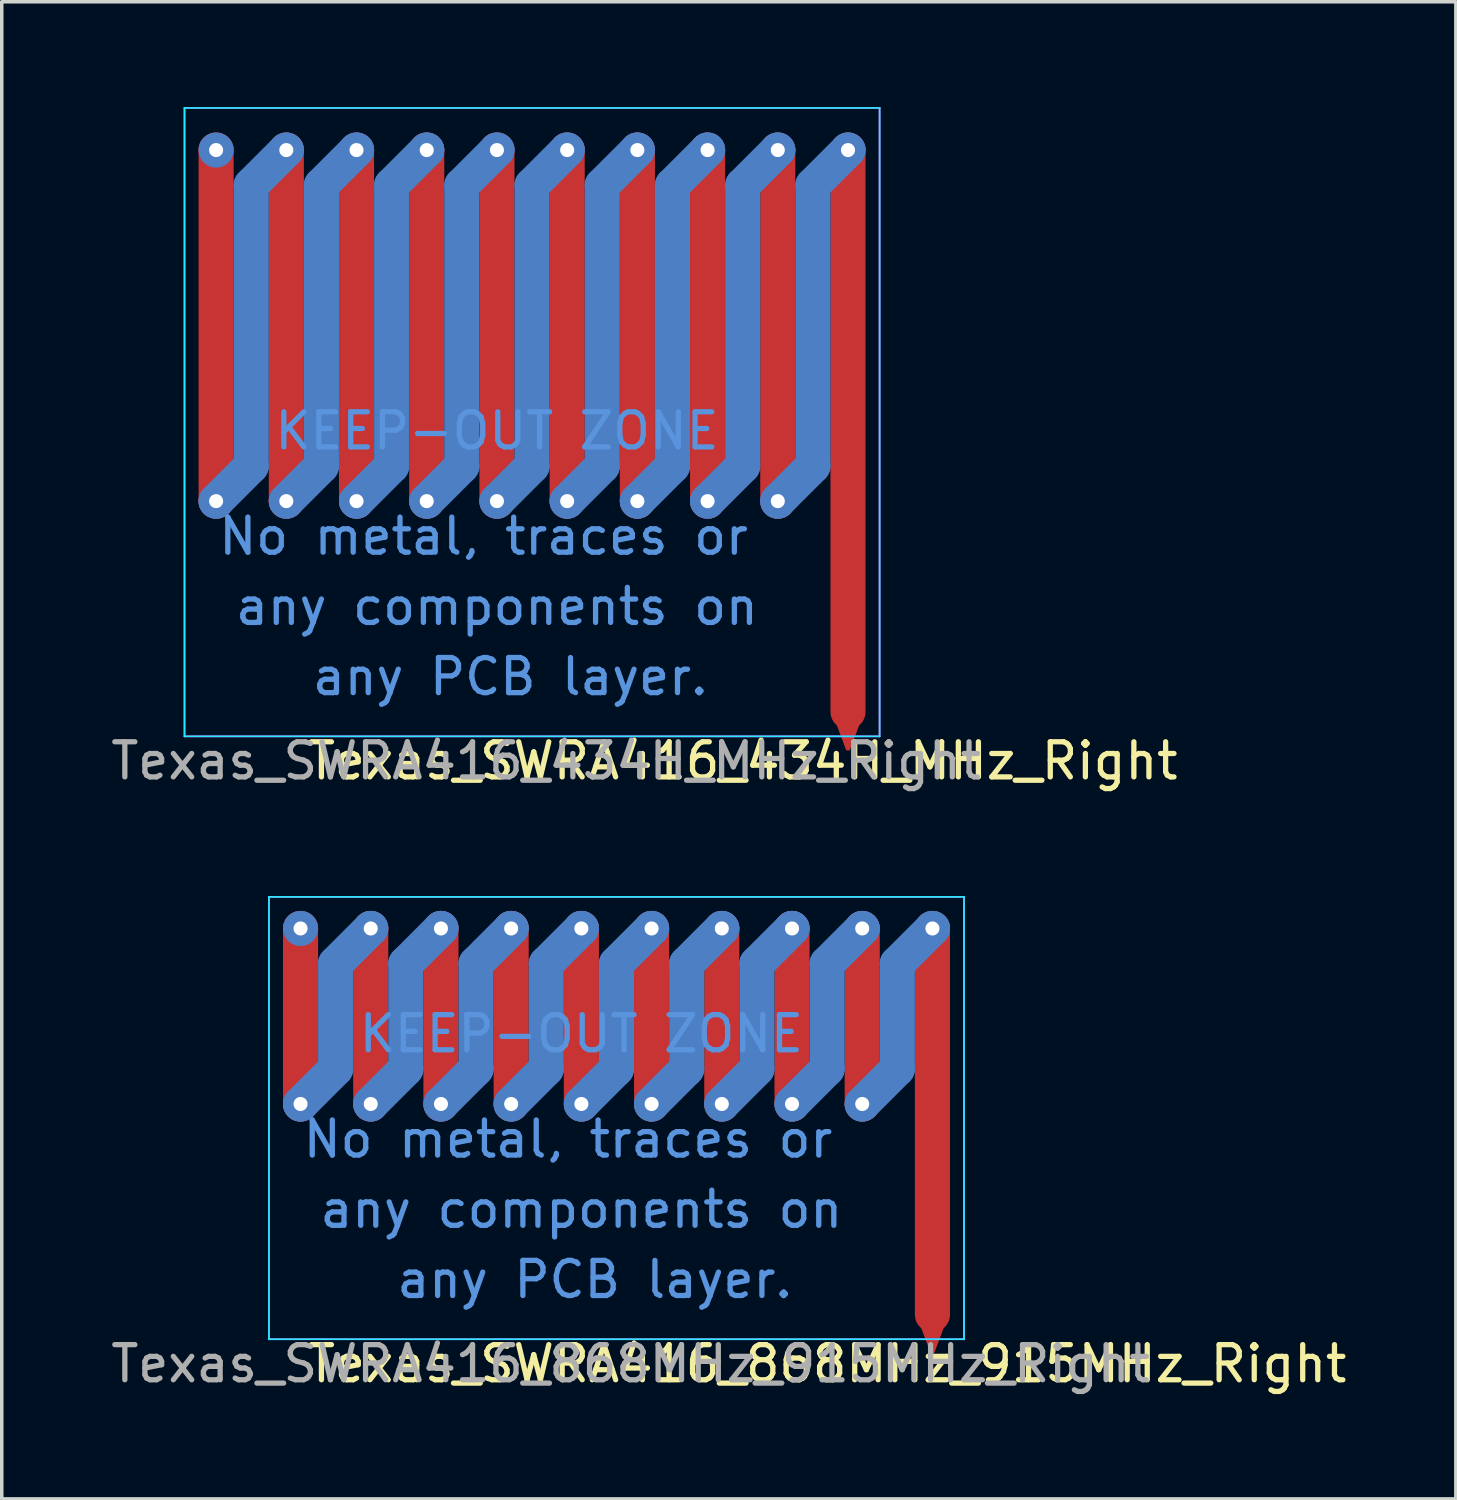
<source format=kicad_pcb>
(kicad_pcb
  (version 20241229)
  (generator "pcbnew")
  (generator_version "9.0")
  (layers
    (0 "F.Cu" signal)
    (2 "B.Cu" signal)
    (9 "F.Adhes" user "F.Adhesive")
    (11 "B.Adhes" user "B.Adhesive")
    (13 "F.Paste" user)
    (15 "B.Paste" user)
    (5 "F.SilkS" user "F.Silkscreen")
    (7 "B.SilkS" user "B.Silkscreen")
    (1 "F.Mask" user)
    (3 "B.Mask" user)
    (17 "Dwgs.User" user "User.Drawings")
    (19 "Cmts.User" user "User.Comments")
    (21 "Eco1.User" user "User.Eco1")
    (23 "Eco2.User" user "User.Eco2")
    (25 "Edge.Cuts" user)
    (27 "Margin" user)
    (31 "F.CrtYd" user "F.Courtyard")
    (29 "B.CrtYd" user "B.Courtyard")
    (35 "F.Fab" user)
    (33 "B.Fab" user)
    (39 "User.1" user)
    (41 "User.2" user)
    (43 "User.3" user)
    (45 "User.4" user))
  (footprint "Texas_SWRA416_434H_MHz_Right"
    (layer "F.Cu")
    (at 12.106 12.025)
    (property "Reference" "Texas_SWRA416_434H_MHz_Right" (at 6 6.6 0) (layer "F.SilkS") (effects (font (size 1 1) (thickness 0.15))))
    (attr smd)
    (fp_line (start -9 -10.8) (end -9 -0.8) (stroke (width 1) (type solid)) (layer "F.Cu"))
    (fp_line (start -7 -10.8) (end -7 -0.8) (stroke (width 1) (type solid)) (layer "F.Cu"))
    (fp_line (start -5 -10.8) (end -5 -0.8) (stroke (width 1) (type solid)) (layer "F.Cu"))
    (fp_line (start -3 -10.8) (end -3 -0.8) (stroke (width 1) (type solid)) (layer "F.Cu"))
    (fp_line (start -1 -10.8) (end -1 -0.8) (stroke (width 1) (type solid)) (layer "F.Cu"))
    (fp_line (start 1 -10.8) (end 1 -0.8) (stroke (width 1) (type solid)) (layer "F.Cu"))
    (fp_line (start 3 -10.8) (end 3 -0.8) (stroke (width 1) (type solid)) (layer "F.Cu"))
    (fp_line (start 5 -10.8) (end 5 -0.8) (stroke (width 1) (type solid)) (layer "F.Cu"))
    (fp_line (start 7 -10.8) (end 7 -0.8) (stroke (width 1) (type solid)) (layer "F.Cu"))
    (fp_line (start 9 5.2) (end 9 -10.8) (stroke (width 1) (type solid)) (layer "F.Cu"))
    (fp_line (start -8 -9.8) (end -8 -1.8) (stroke (width 1) (type solid)) (layer "B.Cu"))
    (fp_line (start -8 -1.8) (end -9 -0.8) (stroke (width 1) (type solid)) (layer "B.Cu"))
    (fp_line (start -7 -10.8) (end -8 -9.8) (stroke (width 1) (type solid)) (layer "B.Cu"))
    (fp_line (start -6 -9.8) (end -6 -1.8) (stroke (width 1) (type solid)) (layer "B.Cu"))
    (fp_line (start -6 -1.8) (end -7 -0.8) (stroke (width 1) (type solid)) (layer "B.Cu"))
    (fp_line (start -5 -10.8) (end -6 -9.8) (stroke (width 1) (type solid)) (layer "B.Cu"))
    (fp_line (start -4 -9.8) (end -4 -1.8) (stroke (width 1) (type solid)) (layer "B.Cu"))
    (fp_line (start -4 -1.8) (end -5 -0.8) (stroke (width 1) (type solid)) (layer "B.Cu"))
    (fp_line (start -3 -10.8) (end -4 -9.8) (stroke (width 1) (type solid)) (layer "B.Cu"))
    (fp_line (start -2 -9.8) (end -2 -1.8) (stroke (width 1) (type solid)) (layer "B.Cu"))
    (fp_line (start -2 -1.8) (end -3 -0.8) (stroke (width 1) (type solid)) (layer "B.Cu"))
    (fp_line (start -1 -10.8) (end -2 -9.8) (stroke (width 1) (type solid)) (layer "B.Cu"))
    (fp_line (start 0 -9.8) (end 0 -1.8) (stroke (width 1) (type solid)) (layer "B.Cu"))
    (fp_line (start 0 -1.8) (end -1 -0.8) (stroke (width 1) (type solid)) (layer "B.Cu"))
    (fp_line (start 1 -10.8) (end 0 -9.8) (stroke (width 1) (type solid)) (layer "B.Cu"))
    (fp_line (start 2 -9.8) (end 2 -1.8) (stroke (width 1) (type solid)) (layer "B.Cu"))
    (fp_line (start 2 -1.8) (end 1 -0.8) (stroke (width 1) (type solid)) (layer "B.Cu"))
    (fp_line (start 3 -10.8) (end 2 -9.8) (stroke (width 1) (type solid)) (layer "B.Cu"))
    (fp_line (start 4 -9.8) (end 4 -1.8) (stroke (width 1) (type solid)) (layer "B.Cu"))
    (fp_line (start 4 -1.8) (end 3 -0.8) (stroke (width 1) (type solid)) (layer "B.Cu"))
    (fp_line (start 5 -10.8) (end 4 -9.8) (stroke (width 1) (type solid)) (layer "B.Cu"))
    (fp_line (start 6 -9.8) (end 6 -1.8) (stroke (width 1) (type solid)) (layer "B.Cu"))
    (fp_line (start 6 -1.8) (end 5 -0.8) (stroke (width 1) (type solid)) (layer "B.Cu"))
    (fp_line (start 7 -10.8) (end 6 -9.8) (stroke (width 1) (type solid)) (layer "B.Cu"))
    (fp_line (start 8 -9.8) (end 8 -1.8) (stroke (width 1) (type solid)) (layer "B.Cu"))
    (fp_line (start 8 -1.8) (end 7 -0.8) (stroke (width 1) (type solid)) (layer "B.Cu"))
    (fp_line (start 9 -10.8) (end 8 -9.8) (stroke (width 1) (type solid)) (layer "B.Cu"))
    (fp_line (start -9.9 -12) (end 9.9 -12) (stroke (width 0.05) (type solid)) (layer "B.CrtYd"))
    (fp_line (start -9.9 5.9) (end -9.9 -12) (stroke (width 0.05) (type solid)) (layer "B.CrtYd"))
    (fp_line (start 9.9 -12) (end 9.9 5.9) (stroke (width 0.05) (type solid)) (layer "B.CrtYd"))
    (fp_line (start 9.9 5.9) (end -9.9 5.9) (stroke (width 0.05) (type solid)) (layer "B.CrtYd"))
    (fp_line (start -9.9 -12) (end 9.9 -12) (stroke (width 0.05) (type solid)) (layer "F.CrtYd"))
    (fp_line (start -9.9 5.9) (end -9.9 -12) (stroke (width 0.05) (type solid)) (layer "F.CrtYd"))
    (fp_line (start 9.9 -12) (end 9.9 5.9) (stroke (width 0.05) (type solid)) (layer "F.CrtYd"))
    (fp_line (start 9.9 5.9) (end -9.9 5.9) (stroke (width 0.05) (type solid)) (layer "F.CrtYd"))
    (fp_text user "No metal, traces or " (at -1 0.2 0) (layer "Cmts.User") (effects (font (size 1 1) (thickness 0.15))))
    (fp_text user "any components on" (at -1 2.2 0) (layer "Cmts.User") (effects (font (size 1 1) (thickness 0.15))))
    (fp_text user " any PCB layer." (at -1 4.2 0) (layer "Cmts.User") (effects (font (size 1 1) (thickness 0.15))))
    (fp_text user "KEEP-OUT ZONE" (at -1 -2.8 0) (layer "Cmts.User") (effects (font (size 1 1) (thickness 0.15))))
    (fp_text user "${REFERENCE}" (at 0.4 6.6 0) (layer "F.Fab") (effects (font (size 1 1) (thickness 0.15))))
    (pad "" thru_hole circle (at -9 -10.8 180) (size 1 1) (drill 0.4) (layers "*.Cu"))
    (pad "" thru_hole circle (at -9 -0.8 180) (size 1 1) (drill 0.4) (layers "*.Cu"))
    (pad "" thru_hole circle (at -7 -10.8 180) (size 1 1) (drill 0.4) (layers "*.Cu"))
    (pad "" thru_hole circle (at -7 -0.8 180) (size 1 1) (drill 0.4) (layers "*.Cu"))
    (pad "" thru_hole circle (at -5 -10.8 180) (size 1 1) (drill 0.4) (layers "*.Cu"))
    (pad "" thru_hole circle (at -5 -0.8 180) (size 1 1) (drill 0.4) (layers "*.Cu"))
    (pad "" thru_hole circle (at -3 -10.8 180) (size 1 1) (drill 0.4) (layers "*.Cu"))
    (pad "" thru_hole circle (at -3 -0.8 180) (size 1 1) (drill 0.4) (layers "*.Cu"))
    (pad "" thru_hole circle (at -1 -10.8 180) (size 1 1) (drill 0.4) (layers "*.Cu"))
    (pad "" thru_hole circle (at -1 -0.8 180) (size 1 1) (drill 0.4) (layers "*.Cu"))
    (pad "" thru_hole circle (at 1 -10.8 180) (size 1 1) (drill 0.4) (layers "*.Cu"))
    (pad "" thru_hole circle (at 1 -0.8 180) (size 1 1) (drill 0.4) (layers "*.Cu"))
    (pad "" thru_hole circle (at 3 -10.8 180) (size 1 1) (drill 0.4) (layers "*.Cu"))
    (pad "" thru_hole circle (at 3 -0.8 180) (size 1 1) (drill 0.4) (layers "*.Cu"))
    (pad "" thru_hole circle (at 5 -10.8 180) (size 1 1) (drill 0.4) (layers "*.Cu"))
    (pad "" thru_hole circle (at 5 -0.8 180) (size 1 1) (drill 0.4) (layers "*.Cu"))
    (pad "" thru_hole circle (at 7 -10.8 180) (size 1 1) (drill 0.4) (layers "*.Cu"))
    (pad "" thru_hole circle (at 7 -0.8 180) (size 1 1) (drill 0.4) (layers "*.Cu"))
    (pad "" thru_hole circle (at 9 -10.8 180) (size 1 1) (drill 0.4) (layers "*.Cu"))
    (pad "1" smd trapezoid (at 9 5.9 180) (size 0.4 0.8) (rect_delta 0 0.3) (layers "F.Cu"))
    (zone (net_name "") (layer "F.Cu") (hatch full 0.508) (connect_pads) (min_thickness 0.254) (filled_areas_thickness no) (keepout (tracks allowed) (vias allowed) (pads allowed) (copperpour not_allowed) (footprints not_allowed)) (placement (enabled no)) (fill) (polygon (pts (xy 2.606 0.025) (xy 21.606 0.025) (xy 21.806 18.525) (xy 2.406 18.525)))))
  (footprint "Texas_SWRA416_868MHz_915MHz_Right"
    (layer "F.Cu")
    (at 14.511 29.198)
    (property "Reference" "Texas_SWRA416_868MHz_915MHz_Right" (at 6 6.6 0) (layer "F.SilkS") (effects (font (size 1 1) (thickness 0.15))))
    (attr smd)
    (fp_line (start -9 -5.8) (end -9 -0.8) (stroke (width 1) (type solid)) (layer "F.Cu"))
    (fp_line (start -7 -5.8) (end -7 -0.8) (stroke (width 1) (type solid)) (layer "F.Cu"))
    (fp_line (start -5 -5.8) (end -5 -0.8) (stroke (width 1) (type solid)) (layer "F.Cu"))
    (fp_line (start -3 -5.8) (end -3 -0.8) (stroke (width 1) (type solid)) (layer "F.Cu"))
    (fp_line (start -1 -5.8) (end -1 -0.8) (stroke (width 1) (type solid)) (layer "F.Cu"))
    (fp_line (start 1 -5.8) (end 1 -0.8) (stroke (width 1) (type solid)) (layer "F.Cu"))
    (fp_line (start 3 -5.8) (end 3 -0.8) (stroke (width 1) (type solid)) (layer "F.Cu"))
    (fp_line (start 5 -5.8) (end 5 -0.8) (stroke (width 1) (type solid)) (layer "F.Cu"))
    (fp_line (start 7 -5.8) (end 7 -0.8) (stroke (width 1) (type solid)) (layer "F.Cu"))
    (fp_line (start 9 5.2) (end 9 -5.8) (stroke (width 1) (type solid)) (layer "F.Cu"))
    (fp_line (start -8 -4.8) (end -8 -1.8) (stroke (width 1) (type solid)) (layer "B.Cu"))
    (fp_line (start -8 -1.8) (end -9 -0.8) (stroke (width 1) (type solid)) (layer "B.Cu"))
    (fp_line (start -7 -5.8) (end -8 -4.8) (stroke (width 1) (type solid)) (layer "B.Cu"))
    (fp_line (start -6 -4.8) (end -6 -1.8) (stroke (width 1) (type solid)) (layer "B.Cu"))
    (fp_line (start -6 -1.8) (end -7 -0.8) (stroke (width 1) (type solid)) (layer "B.Cu"))
    (fp_line (start -5 -5.8) (end -6 -4.8) (stroke (width 1) (type solid)) (layer "B.Cu"))
    (fp_line (start -4 -4.8) (end -4 -1.8) (stroke (width 1) (type solid)) (layer "B.Cu"))
    (fp_line (start -4 -1.8) (end -5 -0.8) (stroke (width 1) (type solid)) (layer "B.Cu"))
    (fp_line (start -3 -5.8) (end -4 -4.8) (stroke (width 1) (type solid)) (layer "B.Cu"))
    (fp_line (start -2 -4.8) (end -2 -1.8) (stroke (width 1) (type solid)) (layer "B.Cu"))
    (fp_line (start -2 -1.8) (end -3 -0.8) (stroke (width 1) (type solid)) (layer "B.Cu"))
    (fp_line (start -1 -5.8) (end -2 -4.8) (stroke (width 1) (type solid)) (layer "B.Cu"))
    (fp_line (start 0 -4.8) (end 0 -1.8) (stroke (width 1) (type solid)) (layer "B.Cu"))
    (fp_line (start 0 -1.8) (end -1 -0.8) (stroke (width 1) (type solid)) (layer "B.Cu"))
    (fp_line (start 1 -5.8) (end 0 -4.8) (stroke (width 1) (type solid)) (layer "B.Cu"))
    (fp_line (start 2 -4.8) (end 2 -1.8) (stroke (width 1) (type solid)) (layer "B.Cu"))
    (fp_line (start 2 -1.8) (end 1 -0.8) (stroke (width 1) (type solid)) (layer "B.Cu"))
    (fp_line (start 3 -5.8) (end 2 -4.8) (stroke (width 1) (type solid)) (layer "B.Cu"))
    (fp_line (start 4 -4.8) (end 4 -1.8) (stroke (width 1) (type solid)) (layer "B.Cu"))
    (fp_line (start 4 -1.8) (end 3 -0.8) (stroke (width 1) (type solid)) (layer "B.Cu"))
    (fp_line (start 5 -5.8) (end 4 -4.8) (stroke (width 1) (type solid)) (layer "B.Cu"))
    (fp_line (start 6 -4.8) (end 6 -1.8) (stroke (width 1) (type solid)) (layer "B.Cu"))
    (fp_line (start 6 -1.8) (end 5 -0.8) (stroke (width 1) (type solid)) (layer "B.Cu"))
    (fp_line (start 7 -5.8) (end 6 -4.8) (stroke (width 1) (type solid)) (layer "B.Cu"))
    (fp_line (start 8 -4.8) (end 8 -1.8) (stroke (width 1) (type solid)) (layer "B.Cu"))
    (fp_line (start 8 -1.8) (end 7 -0.8) (stroke (width 1) (type solid)) (layer "B.Cu"))
    (fp_line (start 9 -5.8) (end 8 -4.8) (stroke (width 1) (type solid)) (layer "B.Cu"))
    (fp_line (start -9.9 -6.7) (end 9.9 -6.7) (stroke (width 0.05) (type solid)) (layer "B.CrtYd"))
    (fp_line (start -9.9 5.9) (end -9.9 -6.7) (stroke (width 0.05) (type solid)) (layer "B.CrtYd"))
    (fp_line (start 9.9 -6.7) (end 9.9 5.9) (stroke (width 0.05) (type solid)) (layer "B.CrtYd"))
    (fp_line (start 9.9 5.9) (end -9.9 5.9) (stroke (width 0.05) (type solid)) (layer "B.CrtYd"))
    (fp_line (start -9.9 -6.7) (end 9.9 -6.7) (stroke (width 0.05) (type solid)) (layer "F.CrtYd"))
    (fp_line (start -9.9 5.9) (end -9.9 -6.7) (stroke (width 0.05) (type solid)) (layer "F.CrtYd"))
    (fp_line (start 9.9 -6.7) (end 9.9 5.9) (stroke (width 0.05) (type solid)) (layer "F.CrtYd"))
    (fp_line (start 9.9 5.9) (end -9.9 5.9) (stroke (width 0.05) (type solid)) (layer "F.CrtYd"))
    (fp_text user "KEEP-OUT ZONE" (at -1 -2.8 0) (layer "Cmts.User") (effects (font (size 1 1) (thickness 0.15))))
    (fp_text user "any components on" (at -1 2.2 0) (layer "Cmts.User") (effects (font (size 1 1) (thickness 0.15))))
    (fp_text user "No metal, traces or " (at -1 0.2 0) (layer "Cmts.User") (effects (font (size 1 1) (thickness 0.15))))
    (fp_text user " any PCB layer." (at -1 4.2 0) (layer "Cmts.User") (effects (font (size 1 1) (thickness 0.15))))
    (fp_text user "${REFERENCE}" (at 0.4 6.6 0) (layer "F.Fab") (effects (font (size 1 1) (thickness 0.15))))
    (pad "" thru_hole circle (at -9 -5.8 180) (size 1 1) (drill 0.4) (layers "*.Cu"))
    (pad "" thru_hole circle (at -9 -0.8 180) (size 1 1) (drill 0.4) (layers "*.Cu"))
    (pad "" thru_hole circle (at -7 -5.8 180) (size 1 1) (drill 0.4) (layers "*.Cu"))
    (pad "" thru_hole circle (at -7 -0.8 180) (size 1 1) (drill 0.4) (layers "*.Cu"))
    (pad "" thru_hole circle (at -5 -5.8 180) (size 1 1) (drill 0.4) (layers "*.Cu"))
    (pad "" thru_hole circle (at -5 -0.8 180) (size 1 1) (drill 0.4) (layers "*.Cu"))
    (pad "" thru_hole circle (at -3 -5.8 180) (size 1 1) (drill 0.4) (layers "*.Cu"))
    (pad "" thru_hole circle (at -3 -0.8 180) (size 1 1) (drill 0.4) (layers "*.Cu"))
    (pad "" thru_hole circle (at -1 -5.8 180) (size 1 1) (drill 0.4) (layers "*.Cu"))
    (pad "" thru_hole circle (at -1 -0.8 180) (size 1 1) (drill 0.4) (layers "*.Cu"))
    (pad "" thru_hole circle (at 1 -5.8 180) (size 1 1) (drill 0.4) (layers "*.Cu"))
    (pad "" thru_hole circle (at 1 -0.8 180) (size 1 1) (drill 0.4) (layers "*.Cu"))
    (pad "" thru_hole circle (at 3 -5.8 180) (size 1 1) (drill 0.4) (layers "*.Cu"))
    (pad "" thru_hole circle (at 3 -0.8 180) (size 1 1) (drill 0.4) (layers "*.Cu"))
    (pad "" thru_hole circle (at 5 -5.8 180) (size 1 1) (drill 0.4) (layers "*.Cu"))
    (pad "" thru_hole circle (at 5 -0.8 180) (size 1 1) (drill 0.4) (layers "*.Cu"))
    (pad "" thru_hole circle (at 7 -5.8 180) (size 1 1) (drill 0.4) (layers "*.Cu"))
    (pad "" thru_hole circle (at 7 -0.8 180) (size 1 1) (drill 0.4) (layers "*.Cu"))
    (pad "" thru_hole circle (at 9 -5.8 180) (size 1 1) (drill 0.4) (layers "*.Cu"))
    (pad "1" smd trapezoid (at 9 5.9 180) (size 0.4 0.8) (rect_delta 0 0.3) (layers "F.Cu"))
    (zone (net_name "") (layer "F.Cu") (hatch full 0.508) (connect_pads) (min_thickness 0.254) (filled_areas_thickness no) (keepout (tracks allowed) (vias allowed) (pads allowed) (copperpour not_allowed) (footprints not_allowed)) (placement (enabled no)) (fill) (polygon (pts (xy 4.811 23.498) (xy 24.211 23.498) (xy 24.211 35.698) (xy 4.811 35.698)))))
  (gr_rect
    (start -3 -3)
    (end 38.421 39.647)
    (stroke (width 0.1) (type default))
    (fill no)
    (layer "Edge.Cuts")))
</source>
